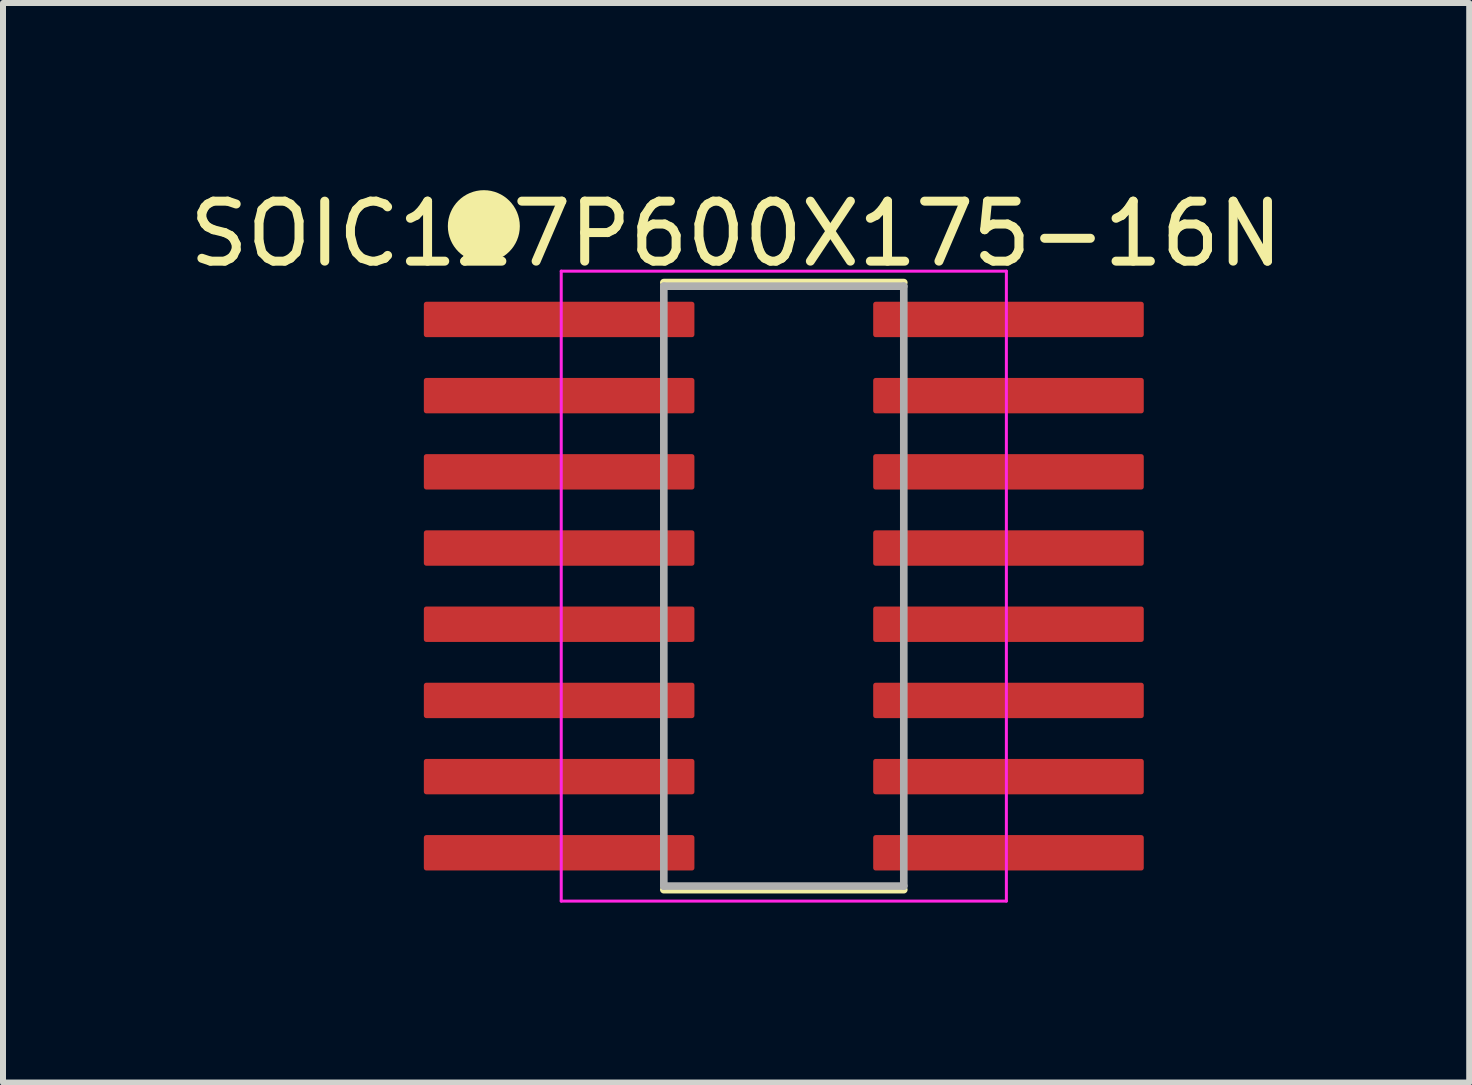
<source format=kicad_pcb>
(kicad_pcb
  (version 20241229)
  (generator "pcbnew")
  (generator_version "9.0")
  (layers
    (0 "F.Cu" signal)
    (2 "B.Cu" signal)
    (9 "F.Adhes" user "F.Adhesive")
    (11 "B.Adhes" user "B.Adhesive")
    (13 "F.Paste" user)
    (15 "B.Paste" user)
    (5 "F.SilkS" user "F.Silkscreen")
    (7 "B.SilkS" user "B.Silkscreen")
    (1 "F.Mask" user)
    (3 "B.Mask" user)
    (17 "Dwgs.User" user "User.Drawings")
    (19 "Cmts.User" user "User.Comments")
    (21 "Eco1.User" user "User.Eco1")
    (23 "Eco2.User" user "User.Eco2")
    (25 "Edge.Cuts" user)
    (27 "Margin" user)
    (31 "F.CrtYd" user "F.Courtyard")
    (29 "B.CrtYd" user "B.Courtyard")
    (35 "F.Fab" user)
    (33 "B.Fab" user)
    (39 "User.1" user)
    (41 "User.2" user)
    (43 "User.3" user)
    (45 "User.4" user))
  (footprint "SOIC127P600X175-16N"
    (layer "F.Cu")
    (at 10.015 6.72)
    (property "Reference" "SOIC127P600X175-16N" (at -0.795 -5.872 0) (layer "F.SilkS") (effects (font (size 1 1) (thickness 0.15))))
    (attr through_hole)
    (fp_line (start -2 -5.06) (end 2 -5.06) (stroke (width 0.127) (type solid)) (layer "F.SilkS"))
    (fp_line (start -2 5.06) (end 2 5.06) (stroke (width 0.127) (type solid)) (layer "F.SilkS"))
    (fp_circle (center -5 -6) (end -4.7 -6) (stroke (width 0.6) (type solid)) (fill no) (layer "F.SilkS"))
    (fp_line (start -3.71 -5.25) (end -3.71 5.25) (stroke (width 0.05) (type solid)) (layer "F.CrtYd"))
    (fp_line (start -3.71 -5.25) (end 3.71 -5.25) (stroke (width 0.05) (type solid)) (layer "F.CrtYd"))
    (fp_line (start -3.71 5.25) (end 3.71 5.25) (stroke (width 0.05) (type solid)) (layer "F.CrtYd"))
    (fp_line (start 3.71 -5.25) (end 3.71 5.25) (stroke (width 0.05) (type solid)) (layer "F.CrtYd"))
    (fp_line (start -2 -5) (end -2 5) (stroke (width 0.127) (type solid)) (layer "F.Fab"))
    (fp_line (start -2 -5) (end 2 -5) (stroke (width 0.127) (type solid)) (layer "F.Fab"))
    (fp_line (start -2 5) (end 2 5) (stroke (width 0.127) (type solid)) (layer "F.Fab"))
    (fp_line (start 2 -5) (end 2 5) (stroke (width 0.127) (type solid)) (layer "F.Fab"))
    (pad "1" smd roundrect (at -3.745 -4.445) (size 4.51 0.59) (layers "F.Cu" "F.Mask" "F.Paste") (roundrect_rratio 0.07))
    (pad "2" smd roundrect (at -3.745 -3.175) (size 4.51 0.59) (layers "F.Cu" "F.Mask" "F.Paste") (roundrect_rratio 0.07))
    (pad "3" smd roundrect (at -3.745 -1.905) (size 4.51 0.59) (layers "F.Cu" "F.Mask" "F.Paste") (roundrect_rratio 0.07))
    (pad "4" smd roundrect (at -3.745 -0.635) (size 4.51 0.59) (layers "F.Cu" "F.Mask" "F.Paste") (roundrect_rratio 0.07))
    (pad "5" smd roundrect (at -3.745 0.635) (size 4.51 0.59) (layers "F.Cu" "F.Mask" "F.Paste") (roundrect_rratio 0.07))
    (pad "6" smd roundrect (at -3.745 1.905) (size 4.51 0.59) (layers "F.Cu" "F.Mask" "F.Paste") (roundrect_rratio 0.07))
    (pad "7" smd roundrect (at -3.745 3.175) (size 4.51 0.59) (layers "F.Cu" "F.Mask" "F.Paste") (roundrect_rratio 0.07))
    (pad "8" smd roundrect (at -3.745 4.445) (size 4.51 0.59) (layers "F.Cu" "F.Mask" "F.Paste") (roundrect_rratio 0.07))
    (pad "9" smd roundrect (at 3.745 4.445) (size 4.51 0.59) (layers "F.Cu" "F.Mask" "F.Paste") (roundrect_rratio 0.07))
    (pad "10" smd roundrect (at 3.745 3.175) (size 4.51 0.59) (layers "F.Cu" "F.Mask" "F.Paste") (roundrect_rratio 0.07))
    (pad "11" smd roundrect (at 3.745 1.905) (size 4.51 0.59) (layers "F.Cu" "F.Mask" "F.Paste") (roundrect_rratio 0.07))
    (pad "12" smd roundrect (at 3.745 0.635) (size 4.51 0.59) (layers "F.Cu" "F.Mask" "F.Paste") (roundrect_rratio 0.07))
    (pad "13" smd roundrect (at 3.745 -0.635) (size 4.51 0.59) (layers "F.Cu" "F.Mask" "F.Paste") (roundrect_rratio 0.07))
    (pad "14" smd roundrect (at 3.745 -1.905) (size 4.51 0.59) (layers "F.Cu" "F.Mask" "F.Paste") (roundrect_rratio 0.07))
    (pad "15" smd roundrect (at 3.745 -3.175) (size 4.51 0.59) (layers "F.Cu" "F.Mask" "F.Paste") (roundrect_rratio 0.07))
    (pad "16" smd roundrect (at 3.745 -4.445) (size 4.51 0.59) (layers "F.Cu" "F.Mask" "F.Paste") (roundrect_rratio 0.07)))
  (gr_rect
    (start -3 -3)
    (end 21.44 14.995)
    (stroke (width 0.1) (type default))
    (fill no)
    (layer "Edge.Cuts")))
</source>
